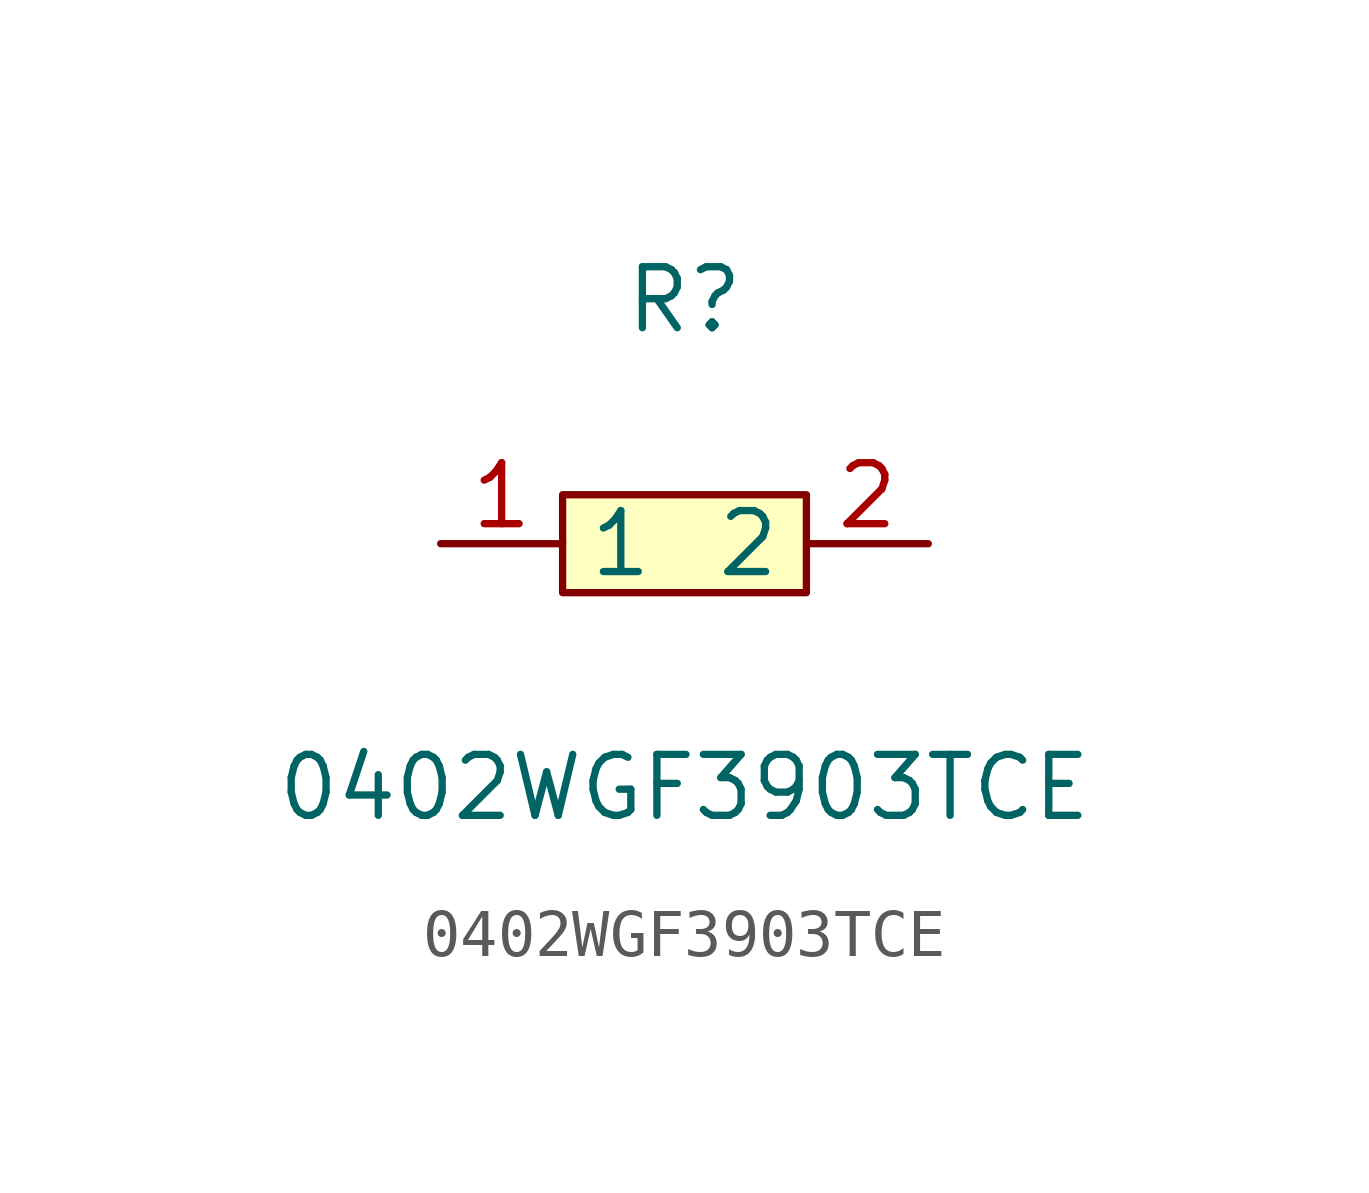
<source format=kicad_sym>
(kicad_symbol_lib
  (version 1)
  (generator "faebryk")
  (symbol "0402WGF3903TCE"
    (property "Reference" "R"
      (at 0 5.08 0)
      (effects (font (size 1.27 1.27)) (hide no)))
    (property "Value" "0402WGF3903TCE"
      (at 0 -5.08 0)
      (effects (font (size 1.27 1.27)) (hide no)))
    (symbol "0402WGF3903TCE_0_1"
      (rectangle (start -2.54 1.02) (end 2.54 -1.02) (stroke (width 0) (type default) (color 0 0 0 0)) (fill (type background)))
      (pin input line (at 5.08 0 180) (length 2.54) (name "2" (effects (font (size 1.27 1.27)) (hide no))) (number "2" (effects (font (size 1.27 1.27)) (hide no))))
      (pin input line (at -5.08 0 0) (length 2.54) (name "1" (effects (font (size 1.27 1.27)) (hide no))) (number "1" (effects (font (size 1.27 1.27)) (hide no)))))))
</source>
